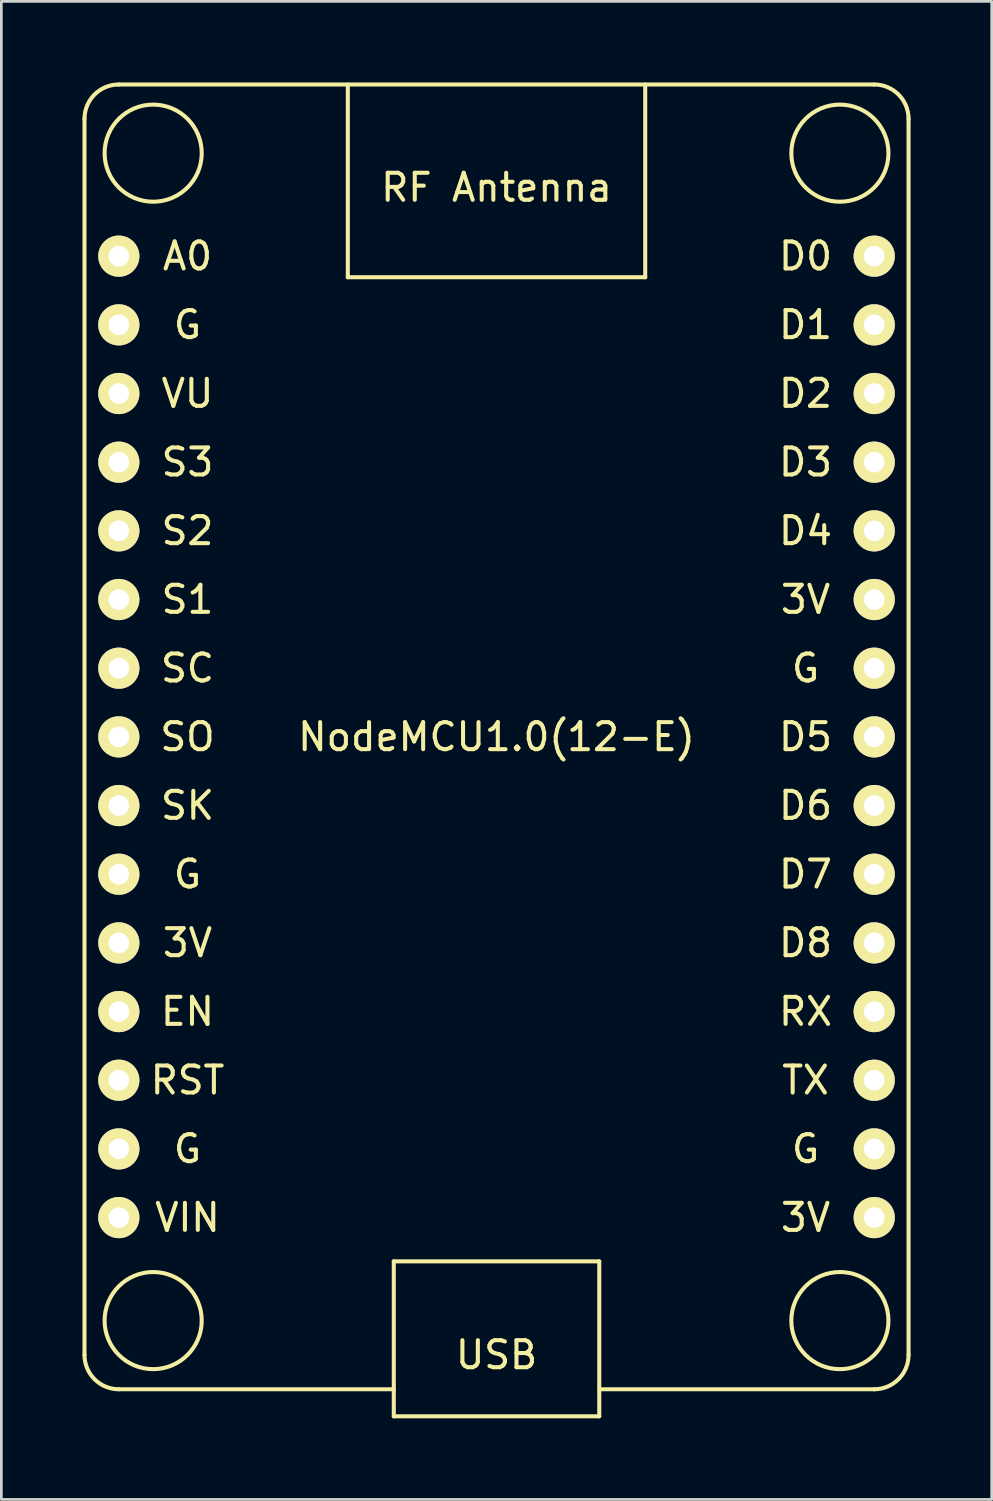
<source format=kicad_pcb>
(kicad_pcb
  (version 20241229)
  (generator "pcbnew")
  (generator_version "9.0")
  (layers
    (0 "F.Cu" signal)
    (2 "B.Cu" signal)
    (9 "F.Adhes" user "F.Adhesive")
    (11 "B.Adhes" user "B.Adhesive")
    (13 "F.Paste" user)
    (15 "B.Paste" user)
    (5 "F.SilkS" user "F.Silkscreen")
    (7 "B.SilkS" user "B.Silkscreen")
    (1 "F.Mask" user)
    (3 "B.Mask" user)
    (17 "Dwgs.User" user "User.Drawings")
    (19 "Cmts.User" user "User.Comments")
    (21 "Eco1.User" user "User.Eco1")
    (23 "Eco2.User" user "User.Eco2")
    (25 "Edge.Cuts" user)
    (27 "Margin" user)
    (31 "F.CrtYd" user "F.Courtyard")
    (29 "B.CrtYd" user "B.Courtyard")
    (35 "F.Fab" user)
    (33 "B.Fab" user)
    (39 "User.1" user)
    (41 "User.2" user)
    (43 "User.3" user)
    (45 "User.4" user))
  (footprint "NodeMCU1.0(12-E)"
    (layer "F.Cu")
    (at 15.315 24.205)
    (property "Reference" "NodeMCU1.0(12-E)" (at 0 0 0) (layer "F.SilkS") (effects (font (size 1 1) (thickness 0.15))))
    (attr through_hole)
    (fp_line (start -15.24 -22.86) (end -15.24 22.86) (stroke (width 0.15) (type solid)) (layer "F.SilkS"))
    (fp_line (start -5.5 -17) (end -5.5 -24.13) (stroke (width 0.15) (type solid)) (layer "F.SilkS"))
    (fp_line (start -3.8 19.4) (end 3.8 19.4) (stroke (width 0.15) (type solid)) (layer "F.SilkS"))
    (fp_line (start -3.8 24.13) (end -13.97 24.13) (stroke (width 0.15) (type solid)) (layer "F.SilkS"))
    (fp_line (start -3.8 25.13) (end -3.8 19.4) (stroke (width 0.15) (type solid)) (layer "F.SilkS"))
    (fp_line (start 3.8 19.4) (end 3.8 25.13) (stroke (width 0.15) (type solid)) (layer "F.SilkS"))
    (fp_line (start 3.8 25.13) (end -3.8 25.13) (stroke (width 0.15) (type solid)) (layer "F.SilkS"))
    (fp_line (start 5.5 -24.13) (end 5.5 -17) (stroke (width 0.15) (type solid)) (layer "F.SilkS"))
    (fp_line (start 5.5 -17) (end -5.5 -17) (stroke (width 0.15) (type solid)) (layer "F.SilkS"))
    (fp_line (start 13.97 -24.13) (end -13.97 -24.13) (stroke (width 0.15) (type solid)) (layer "F.SilkS"))
    (fp_line (start 13.98 24.13) (end 3.81 24.13) (stroke (width 0.15) (type solid)) (layer "F.SilkS"))
    (fp_line (start 15.24 -22.86) (end 15.24 22.86) (stroke (width 0.15) (type solid)) (layer "F.SilkS"))
    (fp_arc (start -15.24 -22.86) (mid -14.868026 -23.758026) (end -13.97 -24.13) (stroke (width 0.15) (type solid)) (layer "F.SilkS"))
    (fp_arc (start -13.97 24.13) (mid -14.868026 23.758026) (end -15.24 22.86) (stroke (width 0.15) (type solid)) (layer "F.SilkS"))
    (fp_arc (start 13.97 -24.13) (mid 14.868026 -23.758026) (end 15.24 -22.86) (stroke (width 0.15) (type solid)) (layer "F.SilkS"))
    (fp_arc (start 15.24 22.86) (mid 14.868026 23.758026) (end 13.97 24.13) (stroke (width 0.15) (type solid)) (layer "F.SilkS"))
    (fp_circle (center -12.7 -21.59) (end -11.43 -22.86) (stroke (width 0.15) (type solid)) (fill no) (layer "F.SilkS"))
    (fp_circle (center -12.7 21.59) (end -11.43 20.32) (stroke (width 0.15) (type solid)) (fill no) (layer "F.SilkS"))
    (fp_circle (center 12.7 -21.59) (end 13.97 -22.86) (stroke (width 0.15) (type solid)) (fill no) (layer "F.SilkS"))
    (fp_circle (center 12.7 21.59) (end 13.97 20.32) (stroke (width 0.15) (type solid)) (fill no) (layer "F.SilkS"))
    (fp_text user "3V" (at 11.43 17.78 0) (layer "F.SilkS") (effects (font (size 1 1) (thickness 0.15))))
    (fp_text user "VIN" (at -11.43 17.78 0) (layer "F.SilkS") (effects (font (size 1 1) (thickness 0.15))))
    (fp_text user "RX" (at 11.43 10.16 0) (layer "F.SilkS") (effects (font (size 1 1) (thickness 0.15))))
    (fp_text user "D1" (at 11.43 -15.24 0) (layer "F.SilkS") (effects (font (size 1 1) (thickness 0.15))))
    (fp_text user "3V" (at 11.43 -5.08 0) (layer "F.SilkS") (effects (font (size 1 1) (thickness 0.15))))
    (fp_text user "D0" (at 11.43 -17.78 0) (layer "F.SilkS") (effects (font (size 1 1) (thickness 0.15))))
    (fp_text user "D7" (at 11.43 5.08 0) (layer "F.SilkS") (effects (font (size 1 1) (thickness 0.15))))
    (fp_text user "TX" (at 11.43 12.7 0) (layer "F.SilkS") (effects (font (size 1 1) (thickness 0.15))))
    (fp_text user "D4" (at 11.43 -7.62 0) (layer "F.SilkS") (effects (font (size 1 1) (thickness 0.15))))
    (fp_text user "A0" (at -11.43 -17.78 0) (layer "F.SilkS") (effects (font (size 1 1) (thickness 0.15))))
    (fp_text user "SK" (at -11.43 2.54 0) (layer "F.SilkS") (effects (font (size 1 1) (thickness 0.15))))
    (fp_text user "SO" (at -11.43 0 0) (layer "F.SilkS") (effects (font (size 1 1) (thickness 0.15))))
    (fp_text user "G" (at 11.43 -2.54 0) (layer "F.SilkS") (effects (font (size 1 1) (thickness 0.15))))
    (fp_text user "S3" (at -11.43 -10.16 0) (layer "F.SilkS") (effects (font (size 1 1) (thickness 0.15))))
    (fp_text user "G" (at -11.43 15.24 0) (layer "F.SilkS") (effects (font (size 1 1) (thickness 0.15))))
    (fp_text user "D6" (at 11.43 2.54 0) (layer "F.SilkS") (effects (font (size 1 1) (thickness 0.15))))
    (fp_text user "SC" (at -11.43 -2.54 0) (layer "F.SilkS") (effects (font (size 1 1) (thickness 0.15))))
    (fp_text user "D8" (at 11.43 7.62 0) (layer "F.SilkS") (effects (font (size 1 1) (thickness 0.15))))
    (fp_text user "S1" (at -11.43 -5.08 0) (layer "F.SilkS") (effects (font (size 1 1) (thickness 0.15))))
    (fp_text user "D5" (at 11.43 0 0) (layer "F.SilkS") (effects (font (size 1 1) (thickness 0.15))))
    (fp_text user "EN" (at -11.43 10.16 0) (layer "F.SilkS") (effects (font (size 1 1) (thickness 0.15))))
    (fp_text user "VU" (at -11.43 -12.7 0) (layer "F.SilkS") (effects (font (size 1 1) (thickness 0.15))))
    (fp_text user "G" (at -11.43 -15.24 0) (layer "F.SilkS") (effects (font (size 1 1) (thickness 0.15))))
    (fp_text user "RF Antenna" (at 0 -20.32 0) (layer "F.SilkS") (effects (font (size 1 1) (thickness 0.15))))
    (fp_text user "D2" (at 11.43 -12.7 0) (layer "F.SilkS") (effects (font (size 1 1) (thickness 0.15))))
    (fp_text user "RST" (at -11.43 12.7 0) (layer "F.SilkS") (effects (font (size 1 1) (thickness 0.15))))
    (fp_text user "D3" (at 11.43 -10.16 0) (layer "F.SilkS") (effects (font (size 1 1) (thickness 0.15))))
    (fp_text user "G" (at -11.43 5.08 0) (layer "F.SilkS") (effects (font (size 1 1) (thickness 0.15))))
    (fp_text user "G" (at 11.43 15.24 0) (layer "F.SilkS") (effects (font (size 1 1) (thickness 0.15))))
    (fp_text user "S2" (at -11.43 -7.62 0) (layer "F.SilkS") (effects (font (size 1 1) (thickness 0.15))))
    (fp_text user "3V" (at -11.43 7.62 0) (layer "F.SilkS") (effects (font (size 1 1) (thickness 0.15))))
    (fp_text user "USB" (at 0 22.86 0) (layer "F.SilkS") (effects (font (size 1 1) (thickness 0.15))))
    (pad "1" thru_hole circle (at -13.97 -17.78) (size 1.524 1.524) (drill 0.762) (layers "*.Cu" "*.Mask" "F.SilkS"))
    (pad "2" thru_hole circle (at -13.97 -15.24) (size 1.524 1.524) (drill 0.762) (layers "*.Cu" "*.Mask" "F.SilkS"))
    (pad "3" thru_hole circle (at -13.97 -12.7) (size 1.524 1.524) (drill 0.762) (layers "*.Cu" "*.Mask" "F.SilkS"))
    (pad "4" thru_hole circle (at -13.97 -10.16) (size 1.524 1.524) (drill 0.762) (layers "*.Cu" "*.Mask" "F.SilkS"))
    (pad "5" thru_hole circle (at -13.97 -7.62) (size 1.524 1.524) (drill 0.762) (layers "*.Cu" "*.Mask" "F.SilkS"))
    (pad "6" thru_hole circle (at -13.97 -5.08) (size 1.524 1.524) (drill 0.762) (layers "*.Cu" "*.Mask" "F.SilkS"))
    (pad "7" thru_hole circle (at -13.97 -2.54) (size 1.524 1.524) (drill 0.762) (layers "*.Cu" "*.Mask" "F.SilkS"))
    (pad "8" thru_hole circle (at -13.97 0) (size 1.524 1.524) (drill 0.762) (layers "*.Cu" "*.Mask" "F.SilkS"))
    (pad "9" thru_hole circle (at -13.97 2.54) (size 1.524 1.524) (drill 0.762) (layers "*.Cu" "*.Mask" "F.SilkS"))
    (pad "10" thru_hole circle (at -13.97 5.08) (size 1.524 1.524) (drill 0.762) (layers "*.Cu" "*.Mask" "F.SilkS"))
    (pad "11" thru_hole circle (at -13.97 7.62) (size 1.524 1.524) (drill 0.762) (layers "*.Cu" "*.Mask" "F.SilkS"))
    (pad "12" thru_hole circle (at -13.97 10.16) (size 1.524 1.524) (drill 0.762) (layers "*.Cu" "*.Mask" "F.SilkS"))
    (pad "13" thru_hole circle (at -13.97 12.7) (size 1.524 1.524) (drill 0.762) (layers "*.Cu" "*.Mask" "F.SilkS"))
    (pad "14" thru_hole circle (at -13.97 15.24) (size 1.524 1.524) (drill 0.762) (layers "*.Cu" "*.Mask" "F.SilkS"))
    (pad "15" thru_hole circle (at -13.97 17.78) (size 1.524 1.524) (drill 0.762) (layers "*.Cu" "*.Mask" "F.SilkS"))
    (pad "16" thru_hole circle (at 13.97 17.78) (size 1.524 1.524) (drill 0.762) (layers "*.Cu" "*.Mask" "F.SilkS"))
    (pad "17" thru_hole circle (at 13.97 15.24) (size 1.524 1.524) (drill 0.762) (layers "*.Cu" "*.Mask" "F.SilkS"))
    (pad "18" thru_hole circle (at 13.97 12.7) (size 1.524 1.524) (drill 0.762) (layers "*.Cu" "*.Mask" "F.SilkS"))
    (pad "19" thru_hole circle (at 13.97 10.16) (size 1.524 1.524) (drill 0.762) (layers "*.Cu" "*.Mask" "F.SilkS"))
    (pad "20" thru_hole circle (at 13.97 7.62) (size 1.524 1.524) (drill 0.762) (layers "*.Cu" "*.Mask" "F.SilkS"))
    (pad "21" thru_hole circle (at 13.97 5.08) (size 1.524 1.524) (drill 0.762) (layers "*.Cu" "*.Mask" "F.SilkS"))
    (pad "22" thru_hole circle (at 13.97 2.54) (size 1.524 1.524) (drill 0.762) (layers "*.Cu" "*.Mask" "F.SilkS"))
    (pad "23" thru_hole circle (at 13.97 0) (size 1.524 1.524) (drill 0.762) (layers "*.Cu" "*.Mask" "F.SilkS"))
    (pad "24" thru_hole circle (at 13.97 -2.54) (size 1.524 1.524) (drill 0.762) (layers "*.Cu" "*.Mask" "F.SilkS"))
    (pad "25" thru_hole circle (at 13.97 -5.08) (size 1.524 1.524) (drill 0.762) (layers "*.Cu" "*.Mask" "F.SilkS"))
    (pad "26" thru_hole circle (at 13.97 -7.62) (size 1.524 1.524) (drill 0.762) (layers "*.Cu" "*.Mask" "F.SilkS"))
    (pad "27" thru_hole circle (at 13.97 -10.16) (size 1.524 1.524) (drill 0.762) (layers "*.Cu" "*.Mask" "F.SilkS"))
    (pad "28" thru_hole circle (at 13.97 -12.7) (size 1.524 1.524) (drill 0.762) (layers "*.Cu" "*.Mask" "F.SilkS"))
    (pad "29" thru_hole circle (at 13.97 -15.24) (size 1.524 1.524) (drill 0.762) (layers "*.Cu" "*.Mask" "F.SilkS"))
    (pad "30" thru_hole circle (at 13.97 -17.78) (size 1.524 1.524) (drill 0.762) (layers "*.Cu" "*.Mask" "F.SilkS")))
  (gr_rect
    (start -3 -3)
    (end 33.63 52.41)
    (stroke (width 0.1) (type default))
    (fill no)
    (layer "Edge.Cuts")))
</source>
